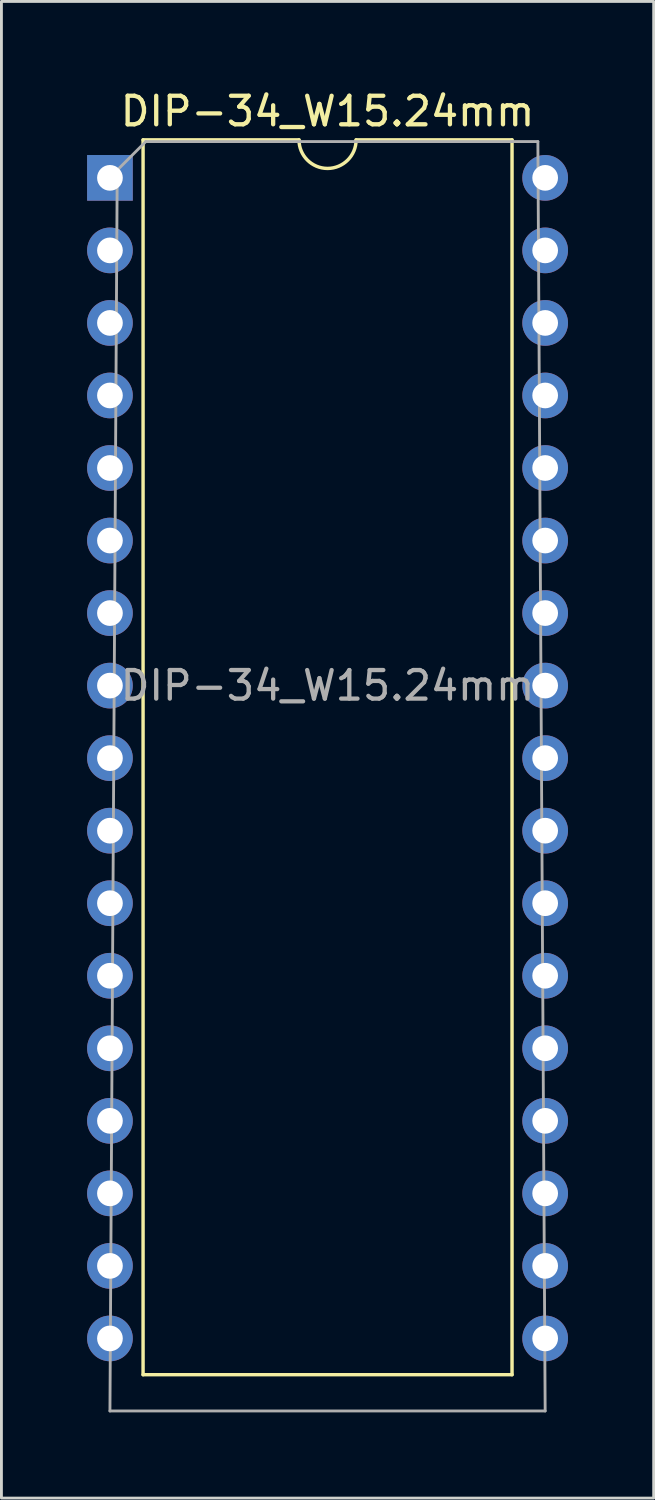
<source format=kicad_pcb>
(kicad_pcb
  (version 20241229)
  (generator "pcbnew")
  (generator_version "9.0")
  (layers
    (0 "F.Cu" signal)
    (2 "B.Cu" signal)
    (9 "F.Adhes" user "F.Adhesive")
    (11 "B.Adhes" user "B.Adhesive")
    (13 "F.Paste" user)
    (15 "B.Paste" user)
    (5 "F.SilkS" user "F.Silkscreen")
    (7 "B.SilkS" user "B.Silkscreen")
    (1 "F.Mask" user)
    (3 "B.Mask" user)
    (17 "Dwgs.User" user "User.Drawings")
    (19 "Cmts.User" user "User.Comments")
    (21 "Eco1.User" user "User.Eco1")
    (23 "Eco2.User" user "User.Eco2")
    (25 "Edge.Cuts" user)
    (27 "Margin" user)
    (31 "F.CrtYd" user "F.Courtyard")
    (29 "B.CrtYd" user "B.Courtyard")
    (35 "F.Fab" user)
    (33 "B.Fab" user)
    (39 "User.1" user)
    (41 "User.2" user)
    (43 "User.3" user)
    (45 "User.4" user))
  (footprint "DIP-34_W15.24mm"
    (layer "F.Cu")
    (at 0.8 3.178)
    (property "Reference" "DIP-34_W15.24mm" (at 7.62 -2.33 180) (layer "F.SilkS") (effects (font (size 1 1) (thickness 0.15))))
    (attr through_hole)
    (fp_line (start 1.16 -1.33) (end 1.16 41.91) (stroke (width 0.12) (type solid)) (layer "F.SilkS"))
    (fp_line (start 1.16 41.91) (end 14.08 41.91) (stroke (width 0.12) (type solid)) (layer "F.SilkS"))
    (fp_line (start 6.62 -1.33) (end 1.16 -1.33) (stroke (width 0.12) (type solid)) (layer "F.SilkS"))
    (fp_line (start 14.08 -1.33) (end 8.62 -1.33) (stroke (width 0.12) (type solid)) (layer "F.SilkS"))
    (fp_line (start 14.08 41.91) (end 14.08 -1.33) (stroke (width 0.12) (type solid)) (layer "F.SilkS"))
    (fp_arc (start 8.62 -1.33) (mid 7.62 -0.33) (end 6.62 -1.33) (stroke (width 0.12) (type solid)) (layer "F.SilkS"))
    (fp_line (start 0 43.18) (end 0.255 -0.27) (stroke (width 0.1) (type solid)) (layer "F.Fab"))
    (fp_line (start 0.255 -0.27) (end 1.255 -1.27) (stroke (width 0.1) (type solid)) (layer "F.Fab"))
    (fp_line (start 1.255 -1.27) (end 14.985 -1.27) (stroke (width 0.1) (type solid)) (layer "F.Fab"))
    (fp_line (start 14.985 -1.27) (end 15.24 43.18) (stroke (width 0.1) (type solid)) (layer "F.Fab"))
    (fp_line (start 15.24 43.18) (end 0 43.18) (stroke (width 0.1) (type solid)) (layer "F.Fab"))
    (fp_text user "${REFERENCE}" (at 7.62 17.78 180) (layer "F.Fab") (effects (font (size 1 1) (thickness 0.15))))
    (pad "1" thru_hole rect (at 0 0) (size 1.6 1.6) (drill 0.9) (layers "*.Cu" "*.Mask"))
    (pad "2" thru_hole oval (at 0 2.54) (size 1.6 1.6) (drill 0.9) (layers "*.Cu" "*.Mask"))
    (pad "3" thru_hole oval (at 0 5.08) (size 1.6 1.6) (drill 0.9) (layers "*.Cu" "*.Mask"))
    (pad "4" thru_hole oval (at 0 7.62) (size 1.6 1.6) (drill 0.9) (layers "*.Cu" "*.Mask"))
    (pad "5" thru_hole oval (at 0 10.16) (size 1.6 1.6) (drill 0.9) (layers "*.Cu" "*.Mask"))
    (pad "6" thru_hole oval (at 0 12.7) (size 1.6 1.6) (drill 0.9) (layers "*.Cu" "*.Mask"))
    (pad "7" thru_hole oval (at 0 15.24) (size 1.6 1.6) (drill 0.9) (layers "*.Cu" "*.Mask"))
    (pad "8" thru_hole oval (at 0 17.78) (size 1.6 1.6) (drill 0.9) (layers "*.Cu" "*.Mask"))
    (pad "9" thru_hole oval (at 0 20.32) (size 1.6 1.6) (drill 0.9) (layers "*.Cu" "*.Mask"))
    (pad "10" thru_hole oval (at 0 22.86) (size 1.6 1.6) (drill 0.9) (layers "*.Cu" "*.Mask"))
    (pad "11" thru_hole oval (at 0 25.4) (size 1.6 1.6) (drill 0.9) (layers "*.Cu" "*.Mask"))
    (pad "12" thru_hole oval (at 0 27.94) (size 1.6 1.6) (drill 0.9) (layers "*.Cu" "*.Mask"))
    (pad "13" thru_hole oval (at 0 30.48) (size 1.6 1.6) (drill 0.9) (layers "*.Cu" "*.Mask"))
    (pad "14" thru_hole oval (at 0 33.02) (size 1.6 1.6) (drill 0.9) (layers "*.Cu" "*.Mask"))
    (pad "15" thru_hole oval (at 0 35.56) (size 1.6 1.6) (drill 0.9) (layers "*.Cu" "*.Mask"))
    (pad "16" thru_hole oval (at 0 38.1) (size 1.6 1.6) (drill 0.9) (layers "*.Cu" "*.Mask"))
    (pad "17" thru_hole oval (at 0 40.64) (size 1.6 1.6) (drill 0.9) (layers "*.Cu" "*.Mask"))
    (pad "18" thru_hole oval (at 15.24 0) (size 1.6 1.6) (drill 0.9) (layers "*.Cu" "*.Mask"))
    (pad "19" thru_hole oval (at 15.24 2.54) (size 1.6 1.6) (drill 0.9) (layers "*.Cu" "*.Mask"))
    (pad "20" thru_hole oval (at 15.24 5.08) (size 1.6 1.6) (drill 0.9) (layers "*.Cu" "*.Mask"))
    (pad "21" thru_hole oval (at 15.24 7.62) (size 1.6 1.6) (drill 0.9) (layers "*.Cu" "*.Mask"))
    (pad "22" thru_hole oval (at 15.24 10.16) (size 1.6 1.6) (drill 0.9) (layers "*.Cu" "*.Mask"))
    (pad "23" thru_hole oval (at 15.24 12.7) (size 1.6 1.6) (drill 0.9) (layers "*.Cu" "*.Mask"))
    (pad "24" thru_hole oval (at 15.24 15.24) (size 1.6 1.6) (drill 0.9) (layers "*.Cu" "*.Mask"))
    (pad "25" thru_hole oval (at 15.24 17.78) (size 1.6 1.6) (drill 0.9) (layers "*.Cu" "*.Mask"))
    (pad "26" thru_hole oval (at 15.24 20.32) (size 1.6 1.6) (drill 0.9) (layers "*.Cu" "*.Mask"))
    (pad "27" thru_hole oval (at 15.24 22.86) (size 1.6 1.6) (drill 0.9) (layers "*.Cu" "*.Mask"))
    (pad "28" thru_hole oval (at 15.24 25.4) (size 1.6 1.6) (drill 0.9) (layers "*.Cu" "*.Mask"))
    (pad "29" thru_hole oval (at 15.24 27.94) (size 1.6 1.6) (drill 0.9) (layers "*.Cu" "*.Mask"))
    (pad "30" thru_hole oval (at 15.24 30.48) (size 1.6 1.6) (drill 0.9) (layers "*.Cu" "*.Mask"))
    (pad "31" thru_hole oval (at 15.24 33.02) (size 1.6 1.6) (drill 0.9) (layers "*.Cu" "*.Mask"))
    (pad "32" thru_hole oval (at 15.24 35.56) (size 1.6 1.6) (drill 0.9) (layers "*.Cu" "*.Mask"))
    (pad "33" thru_hole oval (at 15.24 38.1) (size 1.6 1.6) (drill 0.9) (layers "*.Cu" "*.Mask"))
    (pad "34" thru_hole oval (at 15.24 40.64) (size 1.6 1.6) (drill 0.9) (layers "*.Cu" "*.Mask")))
  (gr_rect
    (start -3 -3)
    (end 19.84 49.408)
    (stroke (width 0.1) (type default))
    (fill no)
    (layer "Edge.Cuts")))
</source>
